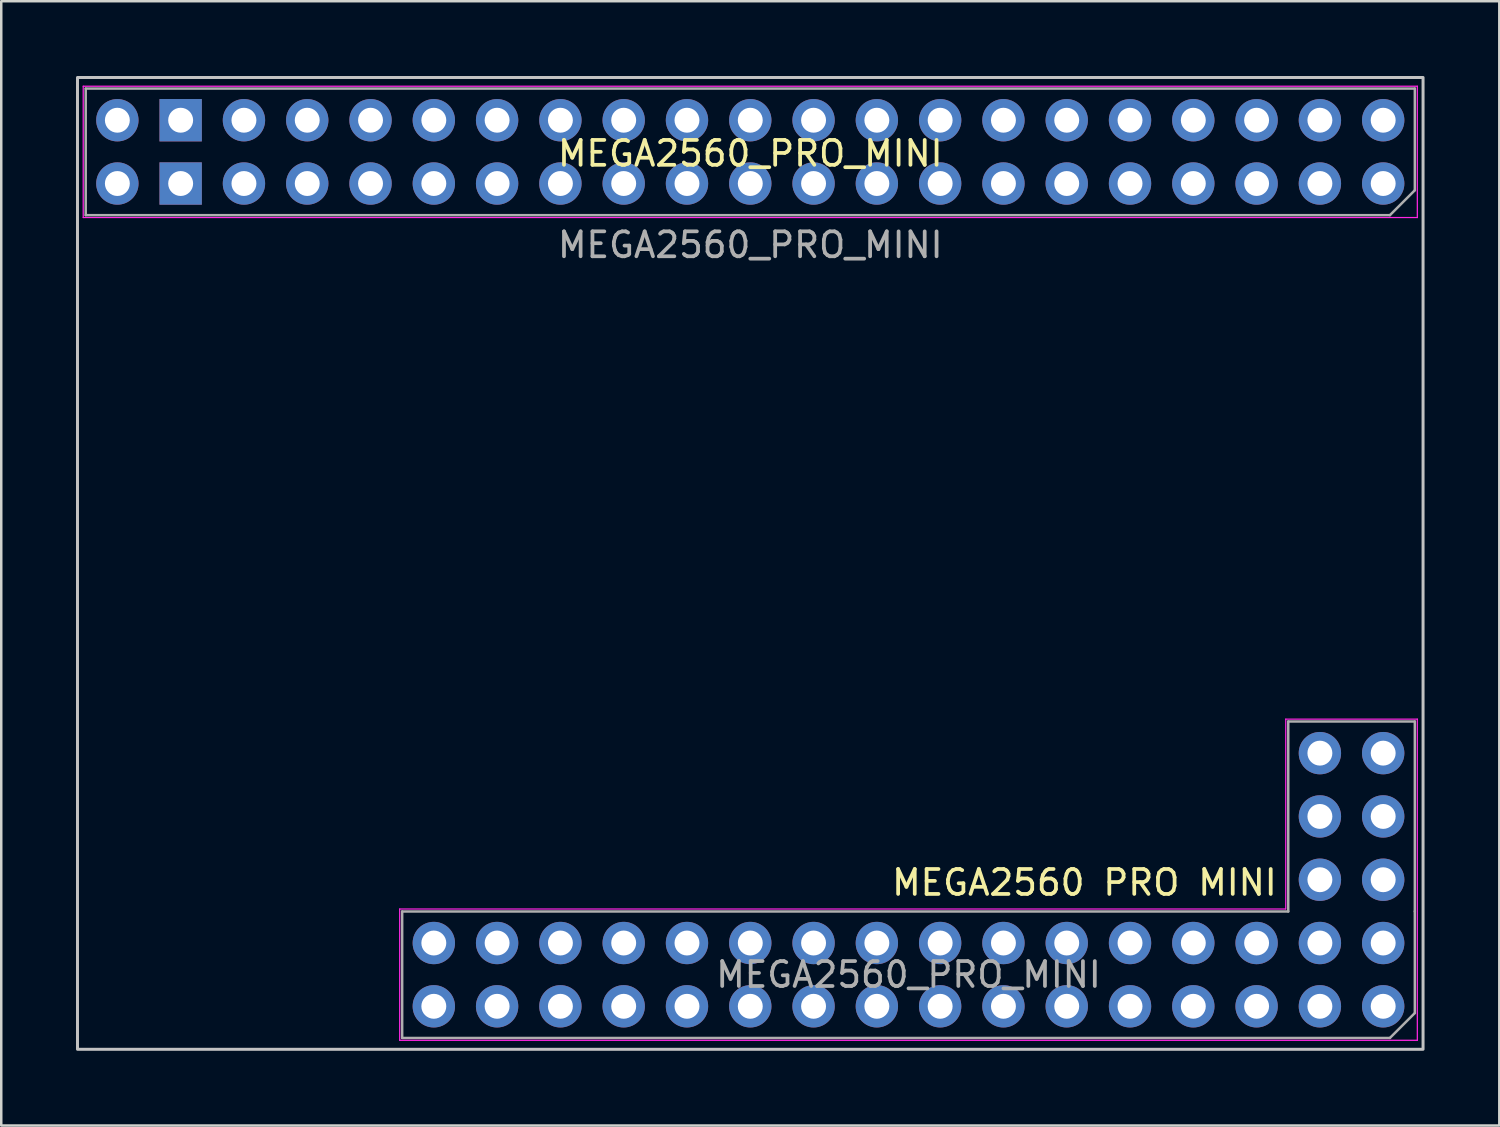
<source format=kicad_pcb>
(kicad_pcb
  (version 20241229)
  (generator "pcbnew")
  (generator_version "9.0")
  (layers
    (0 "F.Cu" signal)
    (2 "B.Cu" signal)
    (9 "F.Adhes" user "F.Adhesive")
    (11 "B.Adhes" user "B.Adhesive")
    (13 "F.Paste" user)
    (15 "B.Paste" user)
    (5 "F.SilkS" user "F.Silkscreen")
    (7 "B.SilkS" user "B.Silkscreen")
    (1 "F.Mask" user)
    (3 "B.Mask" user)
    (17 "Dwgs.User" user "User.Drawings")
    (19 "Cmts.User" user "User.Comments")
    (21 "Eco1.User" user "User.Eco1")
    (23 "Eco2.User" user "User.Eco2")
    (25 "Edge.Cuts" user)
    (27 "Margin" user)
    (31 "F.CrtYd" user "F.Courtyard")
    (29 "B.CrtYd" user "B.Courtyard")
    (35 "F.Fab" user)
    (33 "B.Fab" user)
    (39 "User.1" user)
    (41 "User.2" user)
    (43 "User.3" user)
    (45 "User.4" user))
  (footprint "MEGA2560_PRO_MINI"
    (layer "F.Cu")
    (at 27.06 2.92)
    (property "Reference" "MEGA2560_PRO_MINI" (at 0 0.19 0) (unlocked yes) (layer "F.SilkS") (effects (font (size 1 1) (thickness 0.15))))
    (attr through_hole)
    (fp_rect (start 27 -2.86) (end -27 36.14) (stroke (width 0.12) (type solid)) (fill no) (layer "Dwgs.User"))
    (fp_line (start -26.77 -2.51) (end 26.77 -2.51) (stroke (width 0.05) (type solid)) (layer "F.CrtYd"))
    (fp_line (start -26.77 2.76) (end -26.77 -2.51) (stroke (width 0.05) (type solid)) (layer "F.CrtYd"))
    (fp_line (start -14.07 30.51) (end 21.48 30.51) (stroke (width 0.05) (type solid)) (layer "F.CrtYd"))
    (fp_line (start -14.07 35.78) (end -14.07 30.51) (stroke (width 0.05) (type solid)) (layer "F.CrtYd"))
    (fp_line (start 21.49 22.89) (end 26.77 22.89) (stroke (width 0.05) (type solid)) (layer "F.CrtYd"))
    (fp_line (start 21.49 30.51) (end 21.49 22.89) (stroke (width 0.05) (type solid)) (layer "F.CrtYd"))
    (fp_line (start 26.77 -2.51) (end 26.77 2.76) (stroke (width 0.05) (type solid)) (layer "F.CrtYd"))
    (fp_line (start 26.77 2.76) (end -26.77 2.76) (stroke (width 0.05) (type solid)) (layer "F.CrtYd"))
    (fp_line (start 26.77 22.89) (end 26.77 35.78) (stroke (width 0.05) (type solid)) (layer "F.CrtYd"))
    (fp_line (start 26.77 35.78) (end -14.07 35.78) (stroke (width 0.05) (type solid)) (layer "F.CrtYd"))
    (fp_line (start -26.67 -2.415) (end 26.67 -2.415) (stroke (width 0.1) (type solid)) (layer "F.Fab"))
    (fp_line (start -26.67 2.665) (end -26.67 -2.415) (stroke (width 0.1) (type solid)) (layer "F.Fab"))
    (fp_line (start -13.97 30.61) (end 21.59 30.61) (stroke (width 0.1) (type solid)) (layer "F.Fab"))
    (fp_line (start -13.97 35.68) (end -13.97 30.61) (stroke (width 0.1) (type solid)) (layer "F.Fab"))
    (fp_line (start 21.59 22.985) (end 26.67 22.985) (stroke (width 0.1) (type solid)) (layer "F.Fab"))
    (fp_line (start 21.59 30.61) (end 21.59 22.985) (stroke (width 0.1) (type solid)) (layer "F.Fab"))
    (fp_line (start 25.67 2.665) (end -26.67 2.665) (stroke (width 0.1) (type solid)) (layer "F.Fab"))
    (fp_line (start 25.67 35.685) (end -13.97 35.685) (stroke (width 0.1) (type solid)) (layer "F.Fab"))
    (fp_line (start 26.67 -2.415) (end 26.67 1.665) (stroke (width 0.1) (type solid)) (layer "F.Fab"))
    (fp_line (start 26.67 1.665) (end 25.67 2.665) (stroke (width 0.1) (type solid)) (layer "F.Fab"))
    (fp_line (start 26.67 22.985) (end 26.67 30.605) (stroke (width 0.1) (type solid)) (layer "F.Fab"))
    (fp_line (start 26.67 30.605) (end 26.67 34.685) (stroke (width 0.1) (type solid)) (layer "F.Fab"))
    (fp_line (start 26.67 34.685) (end 25.67 35.685) (stroke (width 0.1) (type solid)) (layer "F.Fab"))
    (fp_text user "MEGA2560 PRO MINI" (at 13.41 29.45 0) (layer "F.SilkS") (effects (font (size 1 1) (thickness 0.15))))
    (fp_text user "${REFERENCE}" (at 0 3.86 0) (layer "F.Fab") (effects (font (size 1 1) (thickness 0.15))))
    (fp_text user "${REFERENCE}" (at 6.35 33.145 0) (layer "F.Fab") (effects (font (size 1 1) (thickness 0.15))))
    (pad "1" thru_hole circle (at 25.4 1.395 270) (size 1.7 1.7) (drill 1) (layers "*.Cu" "*.Mask"))
    (pad "2" thru_hole oval (at 25.4 -1.145 270) (size 1.7 1.7) (drill 1) (layers "*.Cu" "*.Mask"))
    (pad "3" thru_hole oval (at 22.86 1.395 270) (size 1.7 1.7) (drill 1) (layers "*.Cu" "*.Mask"))
    (pad "4" thru_hole oval (at 22.86 -1.145 270) (size 1.7 1.7) (drill 1) (layers "*.Cu" "*.Mask"))
    (pad "5" thru_hole oval (at 20.32 1.395 270) (size 1.7 1.7) (drill 1) (layers "*.Cu" "*.Mask"))
    (pad "6" thru_hole oval (at 20.32 -1.145 270) (size 1.7 1.7) (drill 1) (layers "*.Cu" "*.Mask"))
    (pad "7" thru_hole oval (at 17.78 1.395 270) (size 1.7 1.7) (drill 1) (layers "*.Cu" "*.Mask"))
    (pad "8" thru_hole oval (at 17.78 -1.145 270) (size 1.7 1.7) (drill 1) (layers "*.Cu" "*.Mask"))
    (pad "9" thru_hole oval (at 15.24 1.395 270) (size 1.7 1.7) (drill 1) (layers "*.Cu" "*.Mask"))
    (pad "10" thru_hole oval (at 15.24 -1.145 270) (size 1.7 1.7) (drill 1) (layers "*.Cu" "*.Mask"))
    (pad "11" thru_hole oval (at 12.7 1.395 270) (size 1.7 1.7) (drill 1) (layers "*.Cu" "*.Mask"))
    (pad "12" thru_hole oval (at 12.7 -1.145 270) (size 1.7 1.7) (drill 1) (layers "*.Cu" "*.Mask"))
    (pad "13" thru_hole oval (at 10.16 1.395 270) (size 1.7 1.7) (drill 1) (layers "*.Cu" "*.Mask"))
    (pad "14" thru_hole oval (at 10.16 -1.145 270) (size 1.7 1.7) (drill 1) (layers "*.Cu" "*.Mask"))
    (pad "15" thru_hole oval (at 7.62 1.395 270) (size 1.7 1.7) (drill 1) (layers "*.Cu" "*.Mask"))
    (pad "16" thru_hole oval (at 7.62 -1.145 270) (size 1.7 1.7) (drill 1) (layers "*.Cu" "*.Mask"))
    (pad "17" thru_hole oval (at 5.08 1.395 270) (size 1.7 1.7) (drill 1) (layers "*.Cu" "*.Mask"))
    (pad "18" thru_hole oval (at 5.08 -1.145 270) (size 1.7 1.7) (drill 1) (layers "*.Cu" "*.Mask"))
    (pad "19" thru_hole oval (at 2.54 1.395 270) (size 1.7 1.7) (drill 1) (layers "*.Cu" "*.Mask"))
    (pad "20" thru_hole oval (at 2.54 -1.145 270) (size 1.7 1.7) (drill 1) (layers "*.Cu" "*.Mask"))
    (pad "21" thru_hole oval (at 0 1.395 270) (size 1.7 1.7) (drill 1) (layers "*.Cu" "*.Mask"))
    (pad "22" thru_hole oval (at 0 -1.145 270) (size 1.7 1.7) (drill 1) (layers "*.Cu" "*.Mask"))
    (pad "23" thru_hole oval (at -2.54 1.395 270) (size 1.7 1.7) (drill 1) (layers "*.Cu" "*.Mask"))
    (pad "24" thru_hole oval (at -2.54 -1.145 270) (size 1.7 1.7) (drill 1) (layers "*.Cu" "*.Mask"))
    (pad "25" thru_hole oval (at -5.08 1.395 270) (size 1.7 1.7) (drill 1) (layers "*.Cu" "*.Mask"))
    (pad "26" thru_hole oval (at -5.08 -1.145 270) (size 1.7 1.7) (drill 1) (layers "*.Cu" "*.Mask"))
    (pad "27" thru_hole oval (at -7.62 1.395 270) (size 1.7 1.7) (drill 1) (layers "*.Cu" "*.Mask"))
    (pad "28" thru_hole oval (at -7.62 -1.145 270) (size 1.7 1.7) (drill 1) (layers "*.Cu" "*.Mask"))
    (pad "29" thru_hole oval (at -10.16 1.395 270) (size 1.7 1.7) (drill 1) (layers "*.Cu" "*.Mask"))
    (pad "30" thru_hole oval (at -10.16 -1.145 270) (size 1.7 1.7) (drill 1) (layers "*.Cu" "*.Mask"))
    (pad "31" thru_hole oval (at -12.7 1.395 270) (size 1.7 1.7) (drill 1) (layers "*.Cu" "*.Mask"))
    (pad "32" thru_hole oval (at -12.7 -1.145 270) (size 1.7 1.7) (drill 1) (layers "*.Cu" "*.Mask"))
    (pad "33" thru_hole oval (at -15.24 1.395 270) (size 1.7 1.7) (drill 1) (layers "*.Cu" "*.Mask"))
    (pad "34" thru_hole oval (at -15.24 -1.145 270) (size 1.7 1.7) (drill 1) (layers "*.Cu" "*.Mask"))
    (pad "35" thru_hole oval (at -17.78 1.395 270) (size 1.7 1.7) (drill 1) (layers "*.Cu" "*.Mask"))
    (pad "36" thru_hole oval (at -17.78 -1.145 270) (size 1.7 1.7) (drill 1) (layers "*.Cu" "*.Mask"))
    (pad "37" thru_hole oval (at -20.32 1.395 270) (size 1.7 1.7) (drill 1) (layers "*.Cu" "*.Mask"))
    (pad "38" thru_hole oval (at -20.32 -1.145 270) (size 1.7 1.7) (drill 1) (layers "*.Cu" "*.Mask"))
    (pad "39" thru_hole rect (at -22.86 1.395 270) (size 1.7 1.7) (drill 1) (layers "*.Cu" "*.Mask"))
    (pad "40" thru_hole rect (at -22.86 -1.145 270) (size 1.7 1.7) (drill 1) (layers "*.Cu" "*.Mask"))
    (pad "41" thru_hole oval (at -25.4 1.395 270) (size 1.7 1.7) (drill 1) (layers "*.Cu" "*.Mask"))
    (pad "42" thru_hole oval (at -25.4 -1.145 270) (size 1.7 1.7) (drill 1) (layers "*.Cu" "*.Mask"))
    (pad "43" thru_hole circle (at 25.4 34.415 270) (size 1.7 1.7) (drill 1) (layers "*.Cu" "*.Mask"))
    (pad "44" thru_hole oval (at 25.4 31.875 270) (size 1.7 1.7) (drill 1) (layers "*.Cu" "*.Mask"))
    (pad "45" thru_hole oval (at 22.86 34.415 270) (size 1.7 1.7) (drill 1) (layers "*.Cu" "*.Mask"))
    (pad "46" thru_hole oval (at 22.86 31.875 270) (size 1.7 1.7) (drill 1) (layers "*.Cu" "*.Mask"))
    (pad "47" thru_hole oval (at 20.32 34.415 270) (size 1.7 1.7) (drill 1) (layers "*.Cu" "*.Mask"))
    (pad "48" thru_hole oval (at 20.32 31.875 270) (size 1.7 1.7) (drill 1) (layers "*.Cu" "*.Mask"))
    (pad "49" thru_hole oval (at 17.78 34.415 270) (size 1.7 1.7) (drill 1) (layers "*.Cu" "*.Mask"))
    (pad "50" thru_hole oval (at 17.78 31.875 270) (size 1.7 1.7) (drill 1) (layers "*.Cu" "*.Mask"))
    (pad "51" thru_hole oval (at 15.24 34.415 270) (size 1.7 1.7) (drill 1) (layers "*.Cu" "*.Mask"))
    (pad "52" thru_hole oval (at 15.24 31.875 270) (size 1.7 1.7) (drill 1) (layers "*.Cu" "*.Mask"))
    (pad "53" thru_hole oval (at 12.7 34.415 270) (size 1.7 1.7) (drill 1) (layers "*.Cu" "*.Mask"))
    (pad "54" thru_hole oval (at 12.7 31.875 270) (size 1.7 1.7) (drill 1) (layers "*.Cu" "*.Mask"))
    (pad "55" thru_hole oval (at 10.16 34.415 270) (size 1.7 1.7) (drill 1) (layers "*.Cu" "*.Mask"))
    (pad "56" thru_hole oval (at 10.16 31.875 270) (size 1.7 1.7) (drill 1) (layers "*.Cu" "*.Mask"))
    (pad "57" thru_hole oval (at 7.62 34.415 270) (size 1.7 1.7) (drill 1) (layers "*.Cu" "*.Mask"))
    (pad "58" thru_hole oval (at 7.62 31.875 270) (size 1.7 1.7) (drill 1) (layers "*.Cu" "*.Mask"))
    (pad "59" thru_hole oval (at 5.08 34.415 270) (size 1.7 1.7) (drill 1) (layers "*.Cu" "*.Mask"))
    (pad "60" thru_hole oval (at 5.08 31.875 270) (size 1.7 1.7) (drill 1) (layers "*.Cu" "*.Mask"))
    (pad "61" thru_hole oval (at 2.54 34.415 270) (size 1.7 1.7) (drill 1) (layers "*.Cu" "*.Mask"))
    (pad "62" thru_hole oval (at 2.54 31.875 270) (size 1.7 1.7) (drill 1) (layers "*.Cu" "*.Mask"))
    (pad "63" thru_hole oval (at 0 34.415 270) (size 1.7 1.7) (drill 1) (layers "*.Cu" "*.Mask"))
    (pad "64" thru_hole oval (at 0 31.875 270) (size 1.7 1.7) (drill 1) (layers "*.Cu" "*.Mask"))
    (pad "65" thru_hole oval (at -2.54 34.415 270) (size 1.7 1.7) (drill 1) (layers "*.Cu" "*.Mask"))
    (pad "66" thru_hole oval (at -2.54 31.875 270) (size 1.7 1.7) (drill 1) (layers "*.Cu" "*.Mask"))
    (pad "67" thru_hole oval (at -5.08 34.415 270) (size 1.7 1.7) (drill 1) (layers "*.Cu" "*.Mask"))
    (pad "68" thru_hole oval (at -5.08 31.875 270) (size 1.7 1.7) (drill 1) (layers "*.Cu" "*.Mask"))
    (pad "69" thru_hole oval (at -7.62 34.415 270) (size 1.7 1.7) (drill 1) (layers "*.Cu" "*.Mask"))
    (pad "70" thru_hole oval (at -7.62 31.875 270) (size 1.7 1.7) (drill 1) (layers "*.Cu" "*.Mask"))
    (pad "71" thru_hole oval (at -10.16 34.415 270) (size 1.7 1.7) (drill 1) (layers "*.Cu" "*.Mask"))
    (pad "72" thru_hole oval (at -10.16 31.875 270) (size 1.7 1.7) (drill 1) (layers "*.Cu" "*.Mask"))
    (pad "73" thru_hole oval (at -12.7 34.415 270) (size 1.7 1.7) (drill 1) (layers "*.Cu" "*.Mask"))
    (pad "74" thru_hole oval (at -12.7 31.875 270) (size 1.7 1.7) (drill 1) (layers "*.Cu" "*.Mask"))
    (pad "75" thru_hole circle (at 22.86 29.335 180) (size 1.7 1.7) (drill 1) (layers "*.Cu" "*.Mask"))
    (pad "76" thru_hole oval (at 25.4 29.335 180) (size 1.7 1.7) (drill 1) (layers "*.Cu" "*.Mask"))
    (pad "77" thru_hole oval (at 22.86 26.795 180) (size 1.7 1.7) (drill 1) (layers "*.Cu" "*.Mask"))
    (pad "78" thru_hole oval (at 25.4 26.795 180) (size 1.7 1.7) (drill 1) (layers "*.Cu" "*.Mask"))
    (pad "79" thru_hole oval (at 22.86 24.255 180) (size 1.7 1.7) (drill 1) (layers "*.Cu" "*.Mask"))
    (pad "80" thru_hole oval (at 25.4 24.255 180) (size 1.7 1.7) (drill 1) (layers "*.Cu" "*.Mask")))
  (gr_rect
    (start -3 -3)
    (end 57.12 42.12)
    (stroke (width 0.1) (type default))
    (fill no)
    (layer "Edge.Cuts")))
</source>
